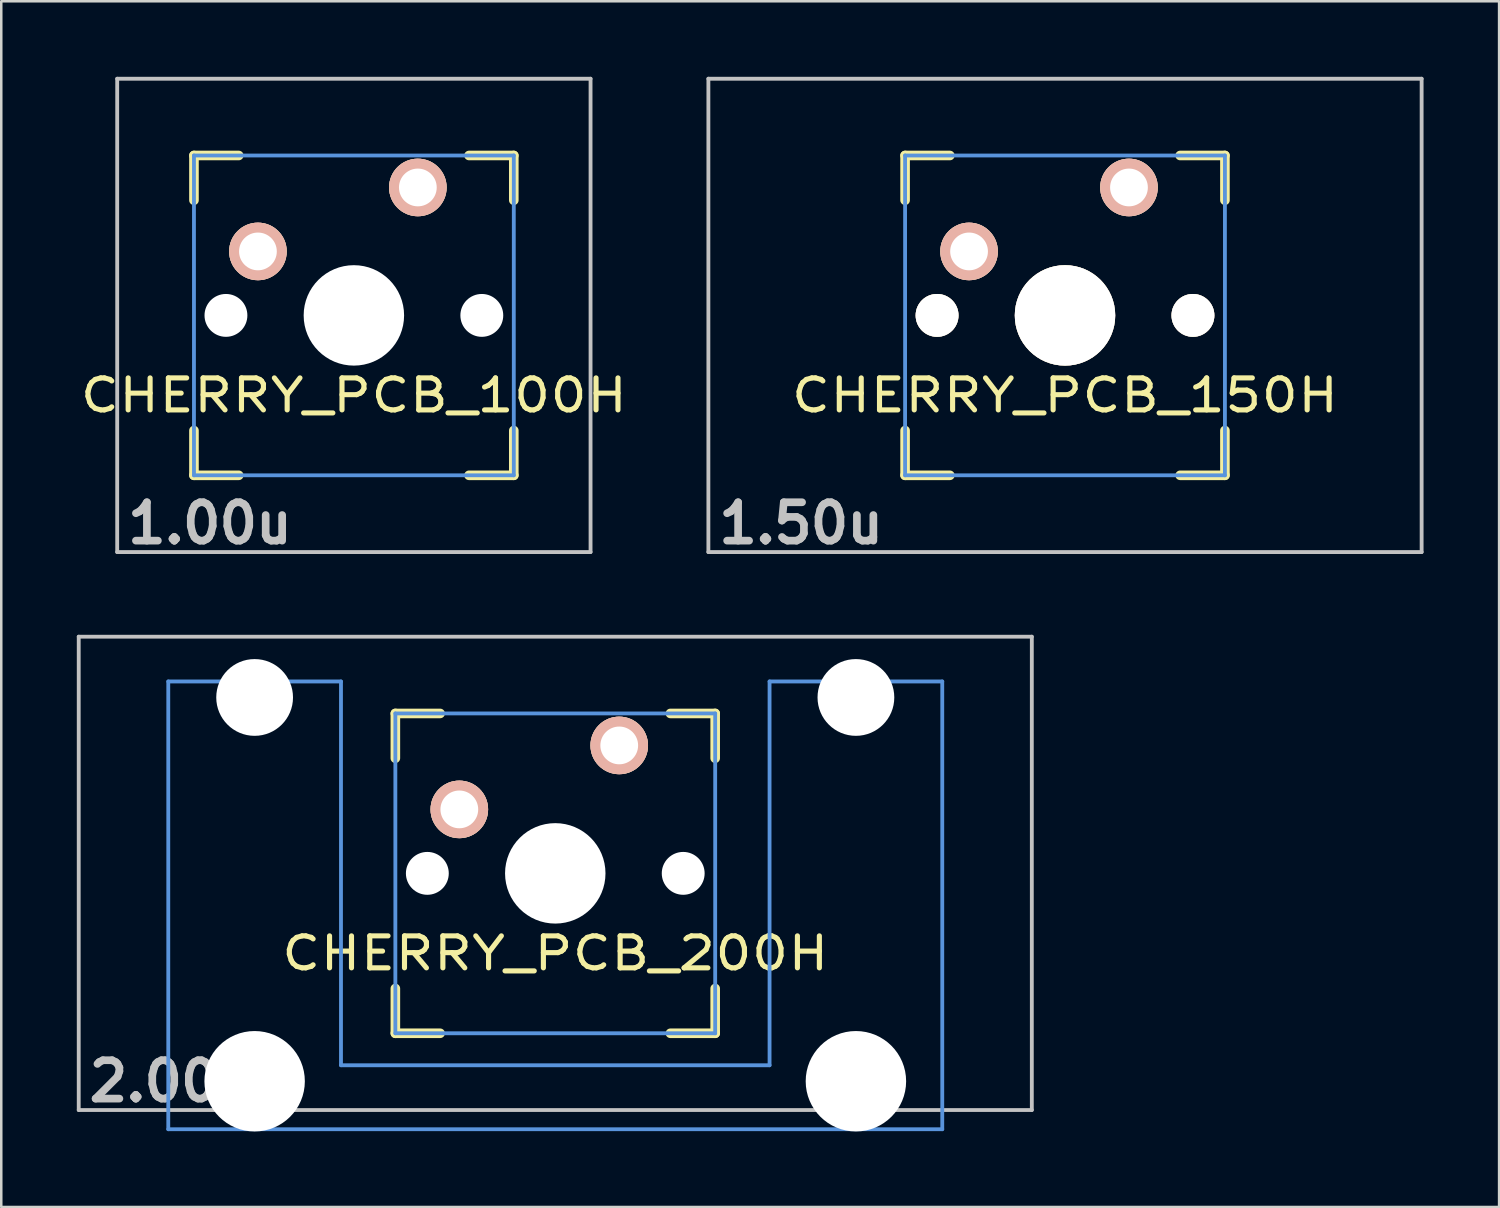
<source format=kicad_pcb>
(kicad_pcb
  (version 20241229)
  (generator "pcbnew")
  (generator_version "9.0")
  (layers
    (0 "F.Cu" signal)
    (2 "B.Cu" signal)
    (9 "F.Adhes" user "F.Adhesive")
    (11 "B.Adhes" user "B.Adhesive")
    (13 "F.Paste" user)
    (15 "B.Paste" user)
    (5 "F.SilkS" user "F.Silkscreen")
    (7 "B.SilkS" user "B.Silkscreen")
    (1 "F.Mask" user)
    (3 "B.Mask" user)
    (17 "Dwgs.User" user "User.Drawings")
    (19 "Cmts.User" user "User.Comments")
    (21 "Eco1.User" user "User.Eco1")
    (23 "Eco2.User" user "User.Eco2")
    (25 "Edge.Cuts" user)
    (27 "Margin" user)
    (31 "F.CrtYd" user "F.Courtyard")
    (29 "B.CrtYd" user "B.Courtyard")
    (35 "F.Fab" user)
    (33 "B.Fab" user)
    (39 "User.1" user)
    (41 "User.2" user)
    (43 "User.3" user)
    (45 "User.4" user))
  (footprint "CHERRY_PCB_150H"
    (layer "F.Cu")
    (at 39.24 9.474)
    (property "Reference" "CHERRY_PCB_150H" (at 0 3.175 0) (layer "F.SilkS") (effects (font (size 1.27 1.524) (thickness 0.203))))
    (attr through_hole)
    (fp_line (start -6.35 -6.35) (end -4.572 -6.35) (stroke (width 0.381) (type solid)) (layer "F.SilkS"))
    (fp_line (start -6.35 -4.572) (end -6.35 -6.35) (stroke (width 0.381) (type solid)) (layer "F.SilkS"))
    (fp_line (start -6.35 6.35) (end -6.35 4.572) (stroke (width 0.381) (type solid)) (layer "F.SilkS"))
    (fp_line (start -4.572 6.35) (end -6.35 6.35) (stroke (width 0.381) (type solid)) (layer "F.SilkS"))
    (fp_line (start 4.572 -6.35) (end 6.35 -6.35) (stroke (width 0.381) (type solid)) (layer "F.SilkS"))
    (fp_line (start 6.35 -6.35) (end 6.35 -4.572) (stroke (width 0.381) (type solid)) (layer "F.SilkS"))
    (fp_line (start 6.35 4.572) (end 6.35 6.35) (stroke (width 0.381) (type solid)) (layer "F.SilkS"))
    (fp_line (start 6.35 6.35) (end 4.572 6.35) (stroke (width 0.381) (type solid)) (layer "F.SilkS"))
    (fp_line (start -14.161 -9.398) (end 14.161 -9.398) (stroke (width 0.152) (type solid)) (layer "Dwgs.User"))
    (fp_line (start -14.161 9.398) (end -14.161 -9.398) (stroke (width 0.152) (type solid)) (layer "Dwgs.User"))
    (fp_line (start 14.161 -9.398) (end 14.161 9.398) (stroke (width 0.152) (type solid)) (layer "Dwgs.User"))
    (fp_line (start 14.161 9.398) (end -14.161 9.398) (stroke (width 0.152) (type solid)) (layer "Dwgs.User"))
    (fp_line (start -6.35 -6.35) (end 6.35 -6.35) (stroke (width 0.152) (type solid)) (layer "Cmts.User"))
    (fp_line (start -6.35 6.35) (end -6.35 -6.35) (stroke (width 0.152) (type solid)) (layer "Cmts.User"))
    (fp_line (start 6.35 -6.35) (end 6.35 6.35) (stroke (width 0.152) (type solid)) (layer "Cmts.User"))
    (fp_line (start 6.35 6.35) (end -6.35 6.35) (stroke (width 0.152) (type solid)) (layer "Cmts.User"))
    (fp_line (start -6.985 -6.985) (end 6.985 -6.985) (stroke (width 0.152) (type solid)) (layer "Eco2.User"))
    (fp_line (start -6.985 6.985) (end -6.985 -6.985) (stroke (width 0.152) (type solid)) (layer "Eco2.User"))
    (fp_line (start 6.985 -6.985) (end 6.985 6.985) (stroke (width 0.152) (type solid)) (layer "Eco2.User"))
    (fp_line (start 6.985 6.985) (end -6.985 6.985) (stroke (width 0.152) (type solid)) (layer "Eco2.User"))
    (fp_text user "1.50u" (at -10.477 8.255 0) (layer "Dwgs.User") (effects (font (size 1.524 1.524) (thickness 0.305))))
    (pad "1" thru_hole circle (at 2.54 -5.08) (size 2.286 2.286) (drill 1.499) (layers "*.Cu" "*.SilkS" "*.Mask"))
    (pad "2" thru_hole circle (at -3.81 -2.54) (size 2.286 2.286) (drill 1.499) (layers "*.Cu" "*.SilkS" "*.Mask"))
    (pad "HOLE" thru_hole circle (at -5.08 0) (size 1.702 1.702) (drill 1.702) (layers "*.Cu" "*.Mask" "F.SilkS"))
    (pad "HOLE" thru_hole circle (at 0 0) (size 3.988 3.988) (drill 3.988) (layers "*.Cu" "*.Mask" "F.SilkS"))
    (pad "HOLE" thru_hole circle (at 5.08 0) (size 1.702 1.702) (drill 1.702) (layers "*.Cu" "*.Mask" "F.SilkS")))
  (footprint "CHERRY_PCB_200H"
    (layer "F.Cu")
    (at 18.999 31.63)
    (property "Reference" "CHERRY_PCB_200H" (at 0 3.175 0) (layer "F.SilkS") (effects (font (size 1.27 1.524) (thickness 0.203))))
    (attr through_hole)
    (fp_line (start -6.35 -6.35) (end -4.572 -6.35) (stroke (width 0.381) (type solid)) (layer "F.SilkS"))
    (fp_line (start -6.35 -4.572) (end -6.35 -6.35) (stroke (width 0.381) (type solid)) (layer "F.SilkS"))
    (fp_line (start -6.35 6.35) (end -6.35 4.572) (stroke (width 0.381) (type solid)) (layer "F.SilkS"))
    (fp_line (start -4.572 6.35) (end -6.35 6.35) (stroke (width 0.381) (type solid)) (layer "F.SilkS"))
    (fp_line (start 4.572 -6.35) (end 6.35 -6.35) (stroke (width 0.381) (type solid)) (layer "F.SilkS"))
    (fp_line (start 6.35 -6.35) (end 6.35 -4.572) (stroke (width 0.381) (type solid)) (layer "F.SilkS"))
    (fp_line (start 6.35 4.572) (end 6.35 6.35) (stroke (width 0.381) (type solid)) (layer "F.SilkS"))
    (fp_line (start 6.35 6.35) (end 4.572 6.35) (stroke (width 0.381) (type solid)) (layer "F.SilkS"))
    (fp_line (start -18.923 -9.398) (end 18.923 -9.398) (stroke (width 0.152) (type solid)) (layer "Dwgs.User"))
    (fp_line (start -18.923 9.398) (end -18.923 -9.398) (stroke (width 0.152) (type solid)) (layer "Dwgs.User"))
    (fp_line (start 18.923 -9.398) (end 18.923 9.398) (stroke (width 0.152) (type solid)) (layer "Dwgs.User"))
    (fp_line (start 18.923 9.398) (end -18.923 9.398) (stroke (width 0.152) (type solid)) (layer "Dwgs.User"))
    (fp_line (start -15.367 -7.62) (end -15.367 10.16) (stroke (width 0.152) (type solid)) (layer "Cmts.User"))
    (fp_line (start -15.367 10.16) (end 15.367 10.16) (stroke (width 0.152) (type solid)) (layer "Cmts.User"))
    (fp_line (start -8.509 -7.62) (end -15.367 -7.62) (stroke (width 0.152) (type solid)) (layer "Cmts.User"))
    (fp_line (start -8.509 7.62) (end -8.509 -7.62) (stroke (width 0.152) (type solid)) (layer "Cmts.User"))
    (fp_line (start -6.35 -6.35) (end 6.35 -6.35) (stroke (width 0.152) (type solid)) (layer "Cmts.User"))
    (fp_line (start -6.35 6.35) (end -6.35 -6.35) (stroke (width 0.152) (type solid)) (layer "Cmts.User"))
    (fp_line (start 6.35 -6.35) (end 6.35 6.35) (stroke (width 0.152) (type solid)) (layer "Cmts.User"))
    (fp_line (start 6.35 6.35) (end -6.35 6.35) (stroke (width 0.152) (type solid)) (layer "Cmts.User"))
    (fp_line (start 8.509 -7.62) (end 8.509 7.62) (stroke (width 0.152) (type solid)) (layer "Cmts.User"))
    (fp_line (start 8.509 7.62) (end -8.509 7.62) (stroke (width 0.152) (type solid)) (layer "Cmts.User"))
    (fp_line (start 15.367 -7.62) (end 8.509 -7.62) (stroke (width 0.152) (type solid)) (layer "Cmts.User"))
    (fp_line (start 15.367 10.16) (end 15.367 -7.62) (stroke (width 0.152) (type solid)) (layer "Cmts.User"))
    (fp_line (start -16.129 -2.286) (end -15.265 -2.286) (stroke (width 0.152) (type solid)) (layer "Eco2.User"))
    (fp_line (start -16.129 0.508) (end -16.129 -2.286) (stroke (width 0.152) (type solid)) (layer "Eco2.User"))
    (fp_line (start -15.265 -5.69) (end -8.611 -5.69) (stroke (width 0.152) (type solid)) (layer "Eco2.User"))
    (fp_line (start -15.265 -2.286) (end -15.265 -5.69) (stroke (width 0.152) (type solid)) (layer "Eco2.User"))
    (fp_line (start -15.265 0.508) (end -16.129 0.508) (stroke (width 0.152) (type solid)) (layer "Eco2.User"))
    (fp_line (start -15.265 6.604) (end -15.265 0.508) (stroke (width 0.152) (type solid)) (layer "Eco2.User"))
    (fp_line (start -14.224 6.604) (end -15.265 6.604) (stroke (width 0.152) (type solid)) (layer "Eco2.User"))
    (fp_line (start -14.224 7.772) (end -14.224 6.604) (stroke (width 0.152) (type solid)) (layer "Eco2.User"))
    (fp_line (start -9.652 6.604) (end -9.652 7.772) (stroke (width 0.152) (type solid)) (layer "Eco2.User"))
    (fp_line (start -9.652 7.772) (end -14.224 7.772) (stroke (width 0.152) (type solid)) (layer "Eco2.User"))
    (fp_line (start -8.611 -5.69) (end -8.611 -4.877) (stroke (width 0.152) (type solid)) (layer "Eco2.User"))
    (fp_line (start -8.611 -4.877) (end -6.985 -4.877) (stroke (width 0.152) (type solid)) (layer "Eco2.User"))
    (fp_line (start -8.611 5.817) (end -8.611 6.604) (stroke (width 0.152) (type solid)) (layer "Eco2.User"))
    (fp_line (start -8.611 6.604) (end -9.652 6.604) (stroke (width 0.152) (type solid)) (layer "Eco2.User"))
    (fp_line (start -6.985 -6.985) (end 6.985 -6.985) (stroke (width 0.152) (type solid)) (layer "Eco2.User"))
    (fp_line (start -6.985 -4.877) (end -6.985 -6.985) (stroke (width 0.152) (type solid)) (layer "Eco2.User"))
    (fp_line (start -6.985 5.817) (end -8.611 5.817) (stroke (width 0.152) (type solid)) (layer "Eco2.User"))
    (fp_line (start -6.985 6.985) (end -6.985 5.817) (stroke (width 0.152) (type solid)) (layer "Eco2.User"))
    (fp_line (start 6.985 -6.985) (end 6.985 -4.877) (stroke (width 0.152) (type solid)) (layer "Eco2.User"))
    (fp_line (start 6.985 -4.877) (end 8.611 -4.877) (stroke (width 0.152) (type solid)) (layer "Eco2.User"))
    (fp_line (start 6.985 5.817) (end 6.985 6.985) (stroke (width 0.152) (type solid)) (layer "Eco2.User"))
    (fp_line (start 6.985 6.985) (end -6.985 6.985) (stroke (width 0.152) (type solid)) (layer "Eco2.User"))
    (fp_line (start 8.611 -5.69) (end 15.265 -5.69) (stroke (width 0.152) (type solid)) (layer "Eco2.User"))
    (fp_line (start 8.611 -4.877) (end 8.611 -5.69) (stroke (width 0.152) (type solid)) (layer "Eco2.User"))
    (fp_line (start 8.611 5.817) (end 6.985 5.817) (stroke (width 0.152) (type solid)) (layer "Eco2.User"))
    (fp_line (start 8.611 6.604) (end 8.611 5.817) (stroke (width 0.152) (type solid)) (layer "Eco2.User"))
    (fp_line (start 9.652 6.604) (end 8.611 6.604) (stroke (width 0.152) (type solid)) (layer "Eco2.User"))
    (fp_line (start 9.652 7.772) (end 9.652 6.604) (stroke (width 0.152) (type solid)) (layer "Eco2.User"))
    (fp_line (start 14.224 6.604) (end 14.224 7.772) (stroke (width 0.152) (type solid)) (layer "Eco2.User"))
    (fp_line (start 14.224 7.772) (end 9.652 7.772) (stroke (width 0.152) (type solid)) (layer "Eco2.User"))
    (fp_line (start 15.265 -5.69) (end 15.265 -2.286) (stroke (width 0.152) (type solid)) (layer "Eco2.User"))
    (fp_line (start 15.265 -2.286) (end 16.129 -2.286) (stroke (width 0.152) (type solid)) (layer "Eco2.User"))
    (fp_line (start 15.265 0.508) (end 15.265 6.604) (stroke (width 0.152) (type solid)) (layer "Eco2.User"))
    (fp_line (start 15.265 6.604) (end 14.224 6.604) (stroke (width 0.152) (type solid)) (layer "Eco2.User"))
    (fp_line (start 16.129 -2.286) (end 16.129 0.508) (stroke (width 0.152) (type solid)) (layer "Eco2.User"))
    (fp_line (start 16.129 0.508) (end 15.265 0.508) (stroke (width 0.152) (type solid)) (layer "Eco2.User"))
    (fp_text user "2.00u" (at -15.24 8.255 0) (layer "Dwgs.User") (effects (font (size 1.524 1.524) (thickness 0.305))))
    (pad "" np_thru_hole circle (at -11.938 -6.985) (size 3.048 3.048) (drill 3.048) (layers "*.Cu"))
    (pad "" np_thru_hole circle (at -11.938 8.255) (size 3.988 3.988) (drill 3.988) (layers "*.Cu"))
    (pad "" np_thru_hole circle (at -5.08 0) (size 1.702 1.702) (drill 1.702) (layers "*.Cu"))
    (pad "" np_thru_hole circle (at 0 0) (size 3.988 3.988) (drill 3.988) (layers "*.Cu"))
    (pad "" np_thru_hole circle (at 5.08 0) (size 1.702 1.702) (drill 1.702) (layers "*.Cu"))
    (pad "" np_thru_hole circle (at 11.938 -6.985) (size 3.048 3.048) (drill 3.048) (layers "*.Cu"))
    (pad "" np_thru_hole circle (at 11.938 8.255) (size 3.988 3.988) (drill 3.988) (layers "*.Cu"))
    (pad "1" thru_hole circle (at 2.54 -5.08) (size 2.286 2.286) (drill 1.499) (layers "*.Cu" "*.SilkS" "*.Mask"))
    (pad "2" thru_hole circle (at -3.81 -2.54) (size 2.286 2.286) (drill 1.499) (layers "*.Cu" "*.SilkS" "*.Mask")))
  (footprint "CHERRY_PCB_100H"
    (layer "F.Cu")
    (at 11.002 9.474)
    (property "Reference" "CHERRY_PCB_100H" (at 0 3.175 0) (layer "F.SilkS") (effects (font (size 1.27 1.524) (thickness 0.203))))
    (attr through_hole)
    (fp_line (start -6.35 -6.35) (end -4.572 -6.35) (stroke (width 0.381) (type solid)) (layer "F.SilkS"))
    (fp_line (start -6.35 -4.572) (end -6.35 -6.35) (stroke (width 0.381) (type solid)) (layer "F.SilkS"))
    (fp_line (start -6.35 6.35) (end -6.35 4.572) (stroke (width 0.381) (type solid)) (layer "F.SilkS"))
    (fp_line (start -4.572 6.35) (end -6.35 6.35) (stroke (width 0.381) (type solid)) (layer "F.SilkS"))
    (fp_line (start 4.572 -6.35) (end 6.35 -6.35) (stroke (width 0.381) (type solid)) (layer "F.SilkS"))
    (fp_line (start 6.35 -6.35) (end 6.35 -4.572) (stroke (width 0.381) (type solid)) (layer "F.SilkS"))
    (fp_line (start 6.35 4.572) (end 6.35 6.35) (stroke (width 0.381) (type solid)) (layer "F.SilkS"))
    (fp_line (start 6.35 6.35) (end 4.572 6.35) (stroke (width 0.381) (type solid)) (layer "F.SilkS"))
    (fp_line (start -9.398 -9.398) (end 9.398 -9.398) (stroke (width 0.152) (type solid)) (layer "Dwgs.User"))
    (fp_line (start -9.398 9.398) (end -9.398 -9.398) (stroke (width 0.152) (type solid)) (layer "Dwgs.User"))
    (fp_line (start 9.398 -9.398) (end 9.398 9.398) (stroke (width 0.152) (type solid)) (layer "Dwgs.User"))
    (fp_line (start 9.398 9.398) (end -9.398 9.398) (stroke (width 0.152) (type solid)) (layer "Dwgs.User"))
    (fp_line (start -6.35 -6.35) (end 6.35 -6.35) (stroke (width 0.152) (type solid)) (layer "Cmts.User"))
    (fp_line (start -6.35 6.35) (end -6.35 -6.35) (stroke (width 0.152) (type solid)) (layer "Cmts.User"))
    (fp_line (start 6.35 -6.35) (end 6.35 6.35) (stroke (width 0.152) (type solid)) (layer "Cmts.User"))
    (fp_line (start 6.35 6.35) (end -6.35 6.35) (stroke (width 0.152) (type solid)) (layer "Cmts.User"))
    (fp_line (start -6.985 -6.985) (end 6.985 -6.985) (stroke (width 0.152) (type solid)) (layer "Eco2.User"))
    (fp_line (start -6.985 6.985) (end -6.985 -6.985) (stroke (width 0.152) (type solid)) (layer "Eco2.User"))
    (fp_line (start 6.985 -6.985) (end 6.985 6.985) (stroke (width 0.152) (type solid)) (layer "Eco2.User"))
    (fp_line (start 6.985 6.985) (end -6.985 6.985) (stroke (width 0.152) (type solid)) (layer "Eco2.User"))
    (fp_text user "1.00u" (at -5.715 8.255 0) (layer "Dwgs.User") (effects (font (size 1.524 1.524) (thickness 0.305))))
    (pad "" np_thru_hole circle (at -5.08 0) (size 1.702 1.702) (drill 1.702) (layers "*.Cu"))
    (pad "" np_thru_hole circle (at 0 0) (size 3.988 3.988) (drill 3.988) (layers "*.Cu"))
    (pad "" np_thru_hole circle (at 5.08 0) (size 1.702 1.702) (drill 1.702) (layers "*.Cu"))
    (pad "1" thru_hole circle (at 2.54 -5.08) (size 2.286 2.286) (drill 1.499) (layers "*.Cu" "*.SilkS" "*.Mask"))
    (pad "2" thru_hole circle (at -3.81 -2.54) (size 2.286 2.286) (drill 1.499) (layers "*.Cu" "*.SilkS" "*.Mask")))
  (gr_rect
    (start -3 -3)
    (end 56.477 44.879)
    (stroke (width 0.1) (type default))
    (fill no)
    (layer "Edge.Cuts")))
</source>
